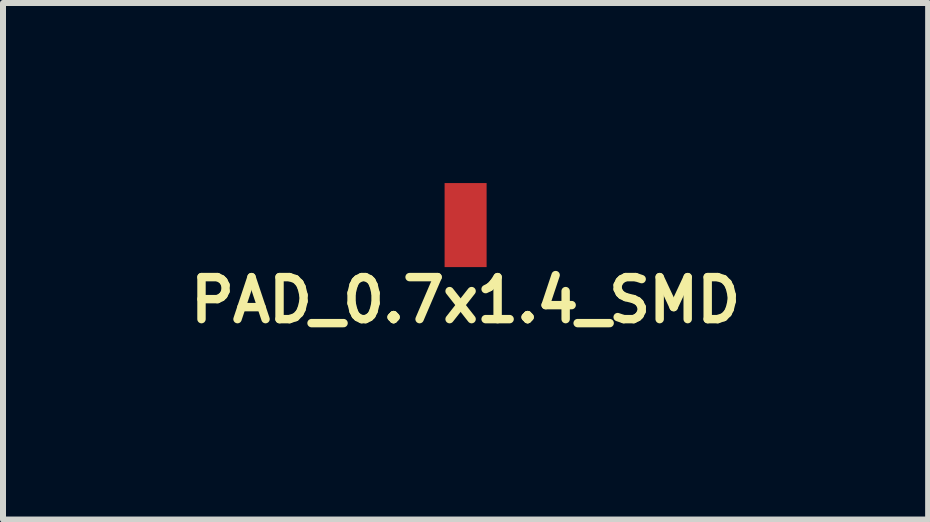
<source format=kicad_pcb>
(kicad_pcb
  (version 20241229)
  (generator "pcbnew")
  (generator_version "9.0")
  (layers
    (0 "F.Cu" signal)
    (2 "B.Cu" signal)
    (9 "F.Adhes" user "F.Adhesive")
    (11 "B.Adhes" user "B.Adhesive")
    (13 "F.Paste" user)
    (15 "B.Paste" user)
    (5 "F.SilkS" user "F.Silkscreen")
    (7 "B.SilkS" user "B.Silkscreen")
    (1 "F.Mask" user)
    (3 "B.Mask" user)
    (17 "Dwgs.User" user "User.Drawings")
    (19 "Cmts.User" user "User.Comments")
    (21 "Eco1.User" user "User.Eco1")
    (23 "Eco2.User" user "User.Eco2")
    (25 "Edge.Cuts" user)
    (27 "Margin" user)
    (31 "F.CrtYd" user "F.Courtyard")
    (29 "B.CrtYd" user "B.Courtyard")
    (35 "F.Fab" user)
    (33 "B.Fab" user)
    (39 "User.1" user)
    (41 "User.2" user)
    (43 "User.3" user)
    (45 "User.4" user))
  (footprint "PAD_0.7x1.4_SMD"
    (layer "F.Cu")
    (at 4.707 0.7)
    (property "Reference" "PAD_0.7x1.4_SMD" (at 0 1.25 0) (layer "F.SilkS") (effects (font (size 0.7 0.7) (thickness 0.14))))
    (attr through_hole)
    (pad "1" smd rect (at 0 0) (size 0.7 1.4) (layers "F.Cu" "F.Mask")))
  (gr_rect
    (start -3 -3)
    (end 12.413 5.605)
    (stroke (width 0.1) (type default))
    (fill no)
    (layer "Edge.Cuts")))
</source>
